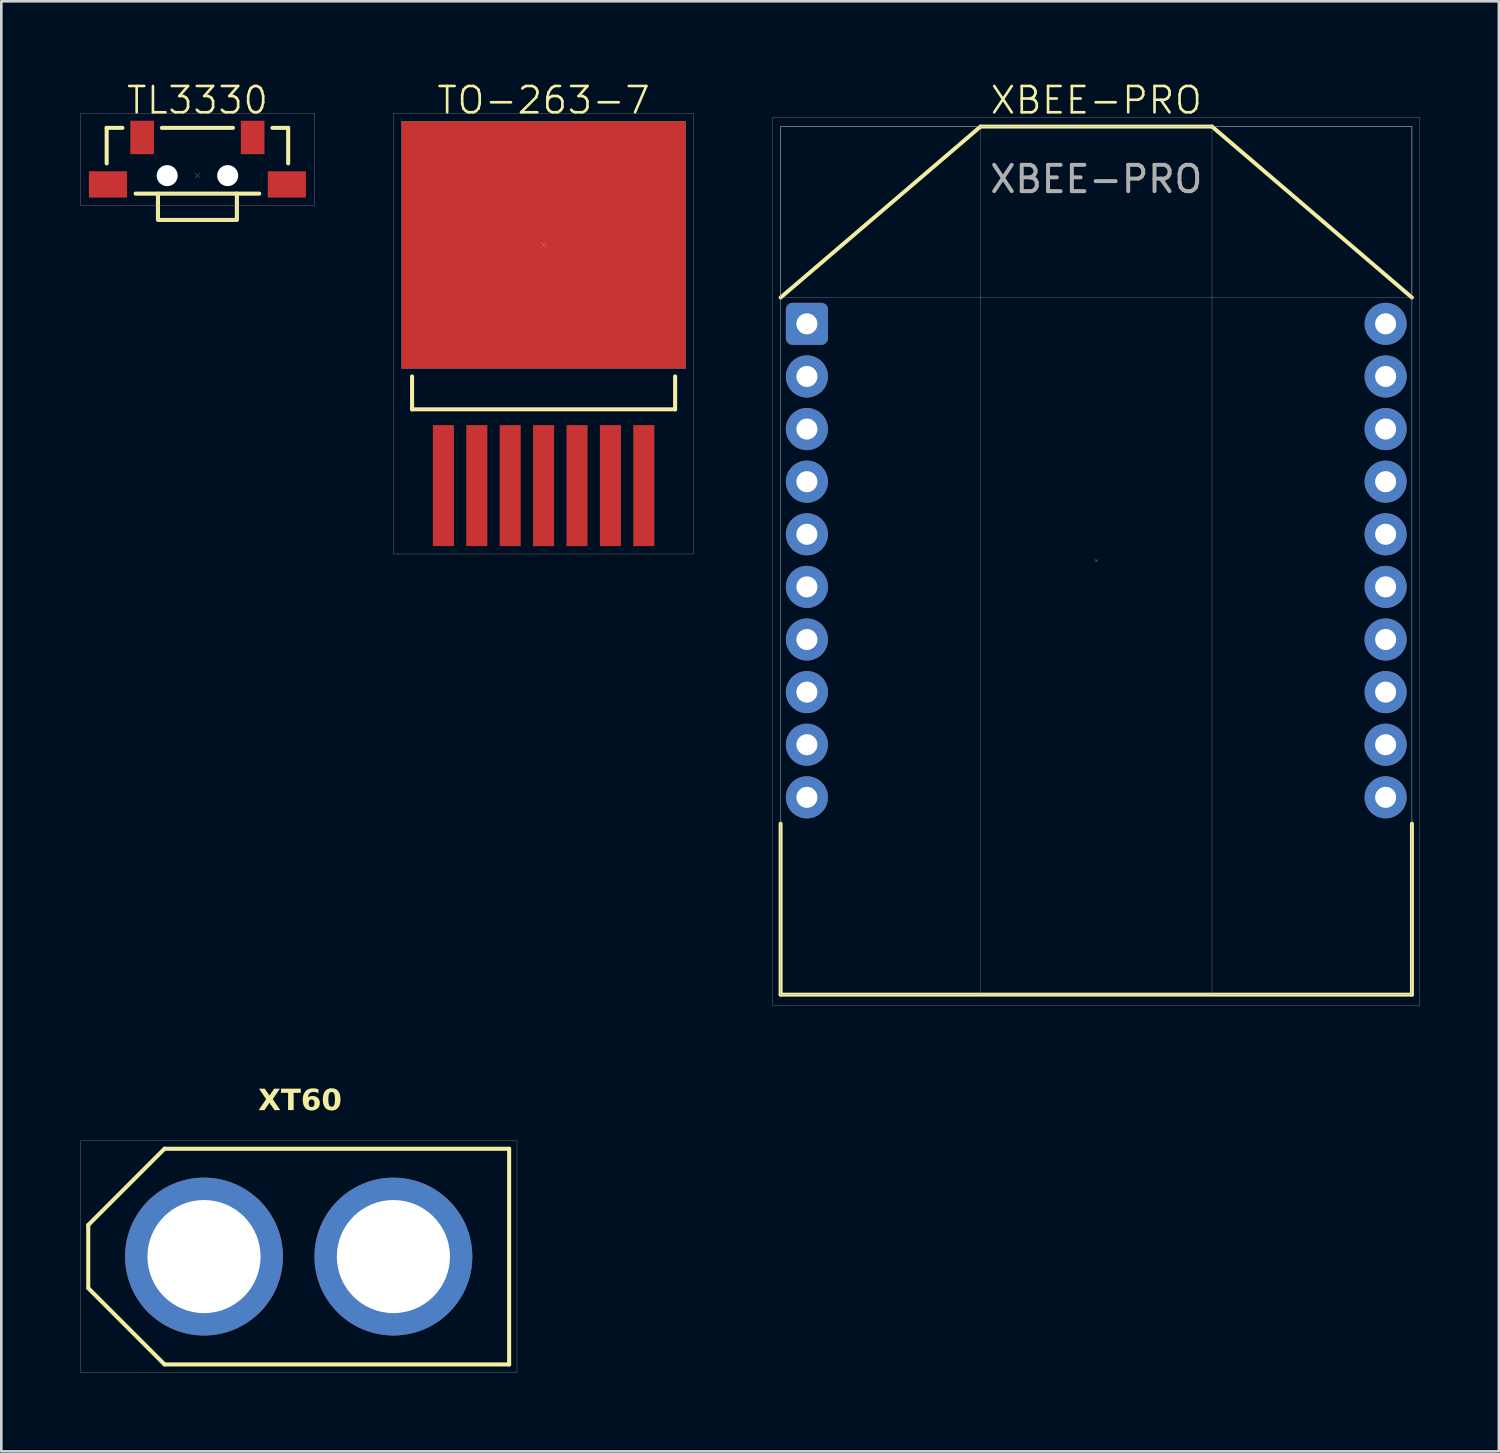
<source format=kicad_pcb>
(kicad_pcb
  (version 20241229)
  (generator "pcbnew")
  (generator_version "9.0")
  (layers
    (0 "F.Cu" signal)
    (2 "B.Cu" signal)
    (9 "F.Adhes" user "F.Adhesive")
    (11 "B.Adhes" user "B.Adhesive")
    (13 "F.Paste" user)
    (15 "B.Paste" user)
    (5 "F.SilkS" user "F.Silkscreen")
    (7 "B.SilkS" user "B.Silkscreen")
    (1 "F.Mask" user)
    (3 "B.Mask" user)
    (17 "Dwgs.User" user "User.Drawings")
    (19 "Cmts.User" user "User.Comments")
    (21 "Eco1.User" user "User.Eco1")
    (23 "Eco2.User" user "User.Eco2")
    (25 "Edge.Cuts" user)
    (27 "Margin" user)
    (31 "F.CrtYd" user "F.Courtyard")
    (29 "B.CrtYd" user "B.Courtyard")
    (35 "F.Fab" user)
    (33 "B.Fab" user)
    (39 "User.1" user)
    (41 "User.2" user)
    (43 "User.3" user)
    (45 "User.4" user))
  (footprint "XBEE-PRO"
    (layer "F.Cu")
    (at 38.625 18.261)
    (property "Reference" "XBEE-PRO" (at 0 -17.5 0) (unlocked yes) (layer "F.SilkS") (effects (font (size 1 1) (thickness 0.1))))
    (attr through_hole)
    (fp_line (start -12 -10) (end -4.4 -16.5) (stroke (width 0.15) (type default)) (layer "F.SilkS"))
    (fp_line (start -12 10) (end -12 16.5) (stroke (width 0.15) (type default)) (layer "F.SilkS"))
    (fp_line (start -12 16.5) (end 12 16.5) (stroke (width 0.15) (type default)) (layer "F.SilkS"))
    (fp_line (start -4.4 -16.5) (end 4.4 -16.5) (stroke (width 0.15) (type default)) (layer "F.SilkS"))
    (fp_line (start 4.4 -16.5) (end 12 -10) (stroke (width 0.15) (type default)) (layer "F.SilkS"))
    (fp_line (start 12 16.5) (end 12 10) (stroke (width 0.15) (type default)) (layer "F.SilkS"))
    (fp_line (start -0.05 -0.05) (end 0.05 0.05) (stroke (width 0.01) (type default)) (layer "F.Fab"))
    (fp_line (start 0.05 -0.05) (end -0.05 0.05) (stroke (width 0.01) (type default)) (layer "F.Fab"))
    (fp_rect (start -12.3 -16.85) (end 12.3 16.9) (stroke (width 0.01) (type default)) (fill no) (layer "F.Fab"))
    (fp_rect (start -12 -16.5) (end -4.4 16.5) (stroke (width 0.01) (type default)) (fill no) (layer "F.Fab"))
    (fp_rect (start -12 -16.5) (end 12 -10) (stroke (width 0.01) (type default)) (fill no) (layer "F.Fab"))
    (fp_rect (start -12 -16.5) (end 12 16.5) (stroke (width 0.01) (type default)) (fill no) (layer "F.Fab"))
    (fp_rect (start 4.4 -16.5) (end 12 16.5) (stroke (width 0.01) (type default)) (fill no) (layer "F.Fab"))
    (fp_text user "${REFERENCE}" (at 0 -14.5 0) (unlocked yes) (layer "F.Fab") (effects (font (size 1 1) (thickness 0.15))))
    (pad "1" thru_hole roundrect (at -11 -9 270) (size 1.6 1.6) (drill 0.8) (layers "*.Cu" "*.Mask") (roundrect_rratio 0.156))
    (pad "2" thru_hole circle (at -11 -7 270) (size 1.6 1.6) (drill 0.8) (layers "*.Cu" "*.Mask"))
    (pad "3" thru_hole circle (at -11 -5 270) (size 1.6 1.6) (drill 0.8) (layers "*.Cu" "*.Mask"))
    (pad "4" thru_hole circle (at -11 -3 270) (size 1.6 1.6) (drill 0.8) (layers "*.Cu" "*.Mask"))
    (pad "5" thru_hole circle (at -11 -1 270) (size 1.6 1.6) (drill 0.8) (layers "*.Cu" "*.Mask"))
    (pad "6" thru_hole circle (at -11 1 270) (size 1.6 1.6) (drill 0.8) (layers "*.Cu" "*.Mask"))
    (pad "7" thru_hole circle (at -11 3 270) (size 1.6 1.6) (drill 0.8) (layers "*.Cu" "*.Mask"))
    (pad "8" thru_hole circle (at -11 5 270) (size 1.6 1.6) (drill 0.8) (layers "*.Cu" "*.Mask"))
    (pad "9" thru_hole circle (at -11 7 270) (size 1.6 1.6) (drill 0.8) (layers "*.Cu" "*.Mask"))
    (pad "10" thru_hole circle (at -11 9 270) (size 1.6 1.6) (drill 0.8) (layers "*.Cu" "*.Mask"))
    (pad "11" thru_hole circle (at 11 9 270) (size 1.6 1.6) (drill 0.8) (layers "*.Cu" "*.Mask"))
    (pad "12" thru_hole circle (at 11 7 270) (size 1.6 1.6) (drill 0.8) (layers "*.Cu" "*.Mask"))
    (pad "13" thru_hole circle (at 11 5 270) (size 1.6 1.6) (drill 0.8) (layers "*.Cu" "*.Mask"))
    (pad "14" thru_hole circle (at 11 3 270) (size 1.6 1.6) (drill 0.8) (layers "*.Cu" "*.Mask"))
    (pad "15" thru_hole circle (at 11 1 270) (size 1.6 1.6) (drill 0.8) (layers "*.Cu" "*.Mask"))
    (pad "16" thru_hole circle (at 11 -1 270) (size 1.6 1.6) (drill 0.8) (layers "*.Cu" "*.Mask"))
    (pad "17" thru_hole circle (at 11 -3 270) (size 1.6 1.6) (drill 0.8) (layers "*.Cu" "*.Mask"))
    (pad "18" thru_hole circle (at 11 -5 270) (size 1.6 1.6) (drill 0.8) (layers "*.Cu" "*.Mask"))
    (pad "19" thru_hole circle (at 11 -7 270) (size 1.6 1.6) (drill 0.8) (layers "*.Cu" "*.Mask"))
    (pad "20" thru_hole circle (at 11 -9 270) (size 1.6 1.6) (drill 0.8) (layers "*.Cu" "*.Mask")))
  (footprint "TL3330"
    (layer "F.Cu")
    (at 2.355 3.626)
    (property "Reference" "TL3330" (at 2.1 -2.865 0) (unlocked yes) (layer "F.SilkS") (effects (font (size 1 1) (thickness 0.1))))
    (attr smd)
    (fp_line (start -1.35 -1.815) (end -1.35 -0.465) (stroke (width 0.154) (type default)) (layer "F.SilkS"))
    (fp_line (start -0.75 -1.815) (end -1.35 -1.815) (stroke (width 0.154) (type default)) (layer "F.SilkS"))
    (fp_line (start -0.25 0.685) (end 0.6 0.685) (stroke (width 0.154) (type default)) (layer "F.SilkS"))
    (fp_line (start 3.45 -1.815) (end 0.75 -1.815) (stroke (width 0.154) (type default)) (layer "F.SilkS"))
    (fp_line (start 3.6 0.685) (end 4.45 0.685) (stroke (width 0.154) (type default)) (layer "F.SilkS"))
    (fp_line (start 5.55 -1.815) (end 4.95 -1.815) (stroke (width 0.154) (type default)) (layer "F.SilkS"))
    (fp_line (start 5.55 -1.815) (end 5.55 -0.465) (stroke (width 0.154) (type default)) (layer "F.SilkS"))
    (fp_rect (start 0.6 0.685) (end 3.6 1.685) (stroke (width 0.154) (type default)) (fill no) (layer "F.SilkS"))
    (fp_line (start 2 -0.1) (end 2.2 0.1) (stroke (width 0.01) (type default)) (layer "F.Fab"))
    (fp_line (start 2.2 -0.1) (end 2 0.1) (stroke (width 0.01) (type default)) (layer "F.Fab"))
    (fp_rect (start -2.35 -2.365) (end 6.55 1.135) (stroke (width 0.01) (type default)) (fill no) (layer "F.Fab"))
    (fp_rect (start 0.6 0.685) (end 3.6 1.685) (stroke (width 0.01) (type default)) (fill no) (layer "F.Fab"))
    (pad "" np_thru_hole circle (at 0.95 0) (size 0.8 0.8) (drill 0.8) (layers "*.Cu" "*.Mask"))
    (pad "" np_thru_hole circle (at 3.25 0) (size 0.8 0.8) (drill 0.8) (layers "*.Cu" "*.Mask"))
    (pad "1" smd rect (at 0 -1.45) (size 0.9 1.27) (layers "F.Cu" "F.Mask" "F.Paste"))
    (pad "2" smd rect (at 4.2 -1.45) (size 0.9 1.27) (layers "F.Cu" "F.Mask" "F.Paste"))
    (pad "3" smd rect (at -1.3 0.335) (size 1.45 1) (layers "F.Cu" "F.Mask" "F.Paste"))
    (pad "4" smd rect (at 5.5 0.335) (size 1.45 1) (layers "F.Cu" "F.Mask" "F.Paste")))
  (footprint "XT60"
    (layer "F.Cu")
    (at 8.305 44.719)
    (property "Reference" "XT60" (at 0.05 -5.9 0) (unlocked yes) (layer "F.SilkS") (effects (font (face "Arial") (size 0.8 0.8) (thickness 0.15) (bold yes))))
    (attr smd)
    (fp_line (start -8 -1.2) (end -5.101 -4.099) (stroke (width 0.154) (type default)) (layer "F.SilkS"))
    (fp_line (start -8 1.2) (end -8 -1.2) (stroke (width 0.154) (type default)) (layer "F.SilkS"))
    (fp_line (start -8 1.2) (end -5.101 4.099) (stroke (width 0.154) (type default)) (layer "F.SilkS"))
    (fp_line (start -5.101 -4.099) (end 8 -4.099) (stroke (width 0.154) (type default)) (layer "F.SilkS"))
    (fp_line (start 8 -4.099) (end 8 4.1) (stroke (width 0.154) (type default)) (layer "F.SilkS"))
    (fp_line (start 8 4.1) (end -5.101 4.1) (stroke (width 0.154) (type default)) (layer "F.SilkS"))
    (fp_rect (start -8.3 -4.4) (end 8.3 4.4) (stroke (width 0.01) (type default)) (fill no) (layer "F.Fab"))
    (pad "1" thru_hole circle (at -3.6 0) (size 6 6) (drill 4.3) (layers "*.Cu" "*.Mask"))
    (pad "2" thru_hole circle (at 3.6 0) (size 6 6) (drill 4.3) (layers "*.Cu" "*.Mask")))
  (footprint "TO-263-7"
    (layer "F.Cu")
    (at 17.615 6.261)
    (property "Reference" "TO-263-7" (at 0 -5.5 0) (unlocked yes) (layer "F.SilkS") (effects (font (size 1 1) (thickness 0.1))))
    (attr smd)
    (fp_line (start -5 5) (end -5 6.25) (stroke (width 0.154) (type default)) (layer "F.SilkS"))
    (fp_line (start -5 6.25) (end 5 6.25) (stroke (width 0.154) (type default)) (layer "F.SilkS"))
    (fp_line (start 5 5) (end 5 6.25) (stroke (width 0.154) (type default)) (layer "F.SilkS"))
    (fp_line (start -0.1 -0.1) (end 0.1 0.1) (stroke (width 0.01) (type default)) (layer "F.Fab"))
    (fp_line (start 0.1 -0.1) (end -0.1 0.1) (stroke (width 0.01) (type default)) (layer "F.Fab"))
    (fp_rect (start -5.7 -5) (end 5.7 11.75) (stroke (width 0.01) (type default)) (fill no) (layer "F.Fab"))
    (fp_rect (start -5.4 -4.7) (end 5.4 4.7) (stroke (width 0.01) (type default)) (fill no) (layer "F.Fab"))
    (pad "1" smd rect (at -3.81 9.15) (size 0.8 4.6) (layers "F.Cu" "F.Mask" "F.Paste"))
    (pad "2" smd rect (at -2.54 9.15) (size 0.8 4.6) (layers "F.Cu" "F.Mask" "F.Paste"))
    (pad "3" smd rect (at -1.27 9.15) (size 0.8 4.6) (layers "F.Cu" "F.Mask" "F.Paste"))
    (pad "4" smd rect (at 0 9.15) (size 0.8 4.6) (layers "F.Cu" "F.Mask" "F.Paste"))
    (pad "5" smd rect (at 1.27 9.15) (size 0.8 4.6) (layers "F.Cu" "F.Mask" "F.Paste"))
    (pad "6" smd rect (at 2.54 9.15) (size 0.8 4.6) (layers "F.Cu" "F.Mask" "F.Paste"))
    (pad "7" smd rect (at 3.81 9.15) (size 0.8 4.6) (layers "F.Cu" "F.Mask" "F.Paste"))
    (pad "8" smd rect (at 0 0) (size 10.8 9.4) (layers "F.Cu" "F.Mask" "F.Paste")))
  (gr_rect
    (start -3 -3)
    (end 53.93 52.124)
    (stroke (width 0.1) (type default))
    (fill no)
    (layer "Edge.Cuts")))
</source>
